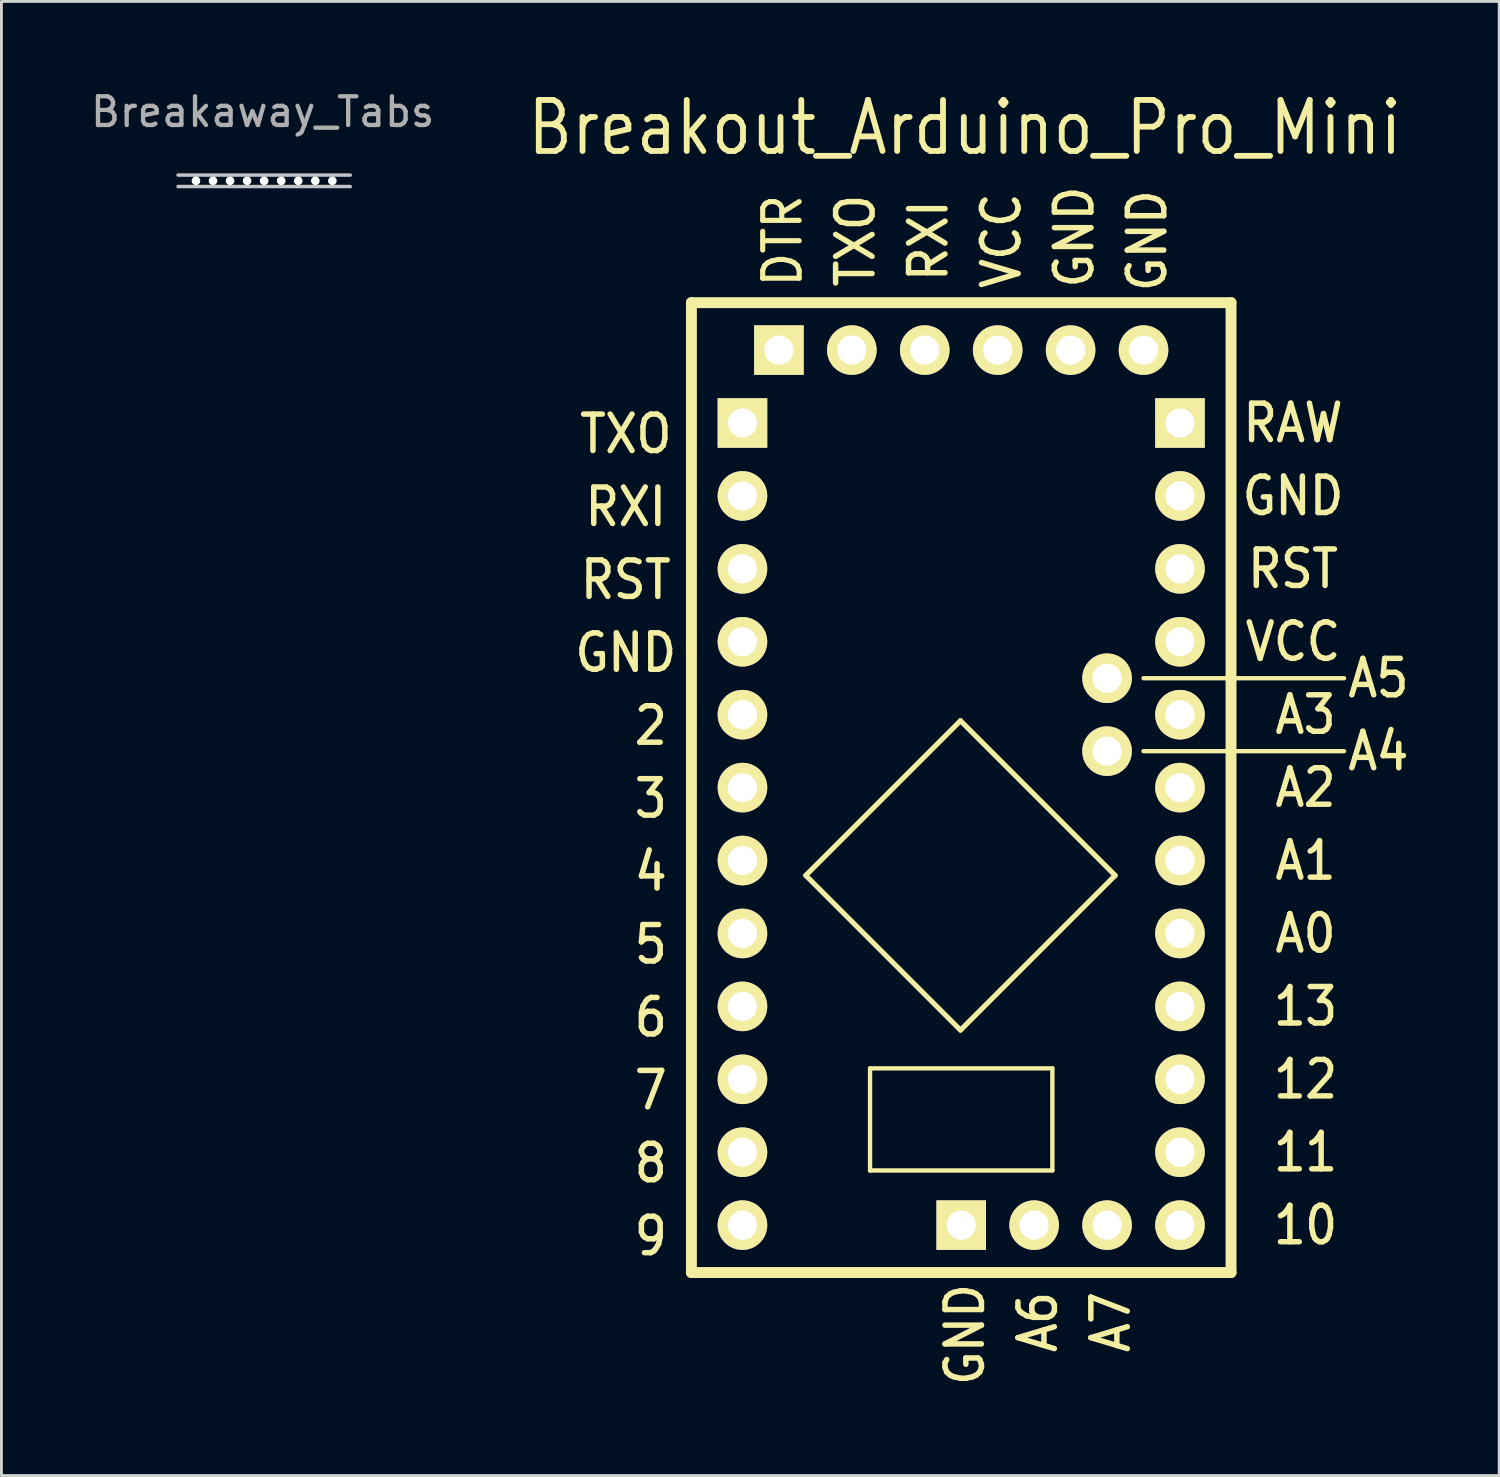
<source format=kicad_pcb>
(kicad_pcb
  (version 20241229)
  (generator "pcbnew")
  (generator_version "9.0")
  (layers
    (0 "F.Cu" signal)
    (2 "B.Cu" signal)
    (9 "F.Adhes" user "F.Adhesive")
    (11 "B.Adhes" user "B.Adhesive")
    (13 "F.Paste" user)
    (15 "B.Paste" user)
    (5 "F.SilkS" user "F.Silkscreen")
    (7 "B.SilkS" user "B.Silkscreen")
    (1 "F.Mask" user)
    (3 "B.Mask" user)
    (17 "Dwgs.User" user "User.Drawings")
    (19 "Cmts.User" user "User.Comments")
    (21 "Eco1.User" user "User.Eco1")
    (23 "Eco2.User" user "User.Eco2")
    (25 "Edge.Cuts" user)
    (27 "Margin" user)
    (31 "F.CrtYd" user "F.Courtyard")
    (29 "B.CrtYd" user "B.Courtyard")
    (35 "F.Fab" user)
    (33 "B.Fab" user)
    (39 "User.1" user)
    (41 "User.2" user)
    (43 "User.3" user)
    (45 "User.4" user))
  (footprint "Breakaway_Tabs"
    (layer "F.Cu")
    (at 6.151 3.248)
    (property "Reference" "Breakaway_Tabs" (at -0.05 -2.4 0) (layer "F.Fab") (effects (font (size 1 1) (thickness 0.15))))
    (attr through_hole)
    (fp_line (start -3 -0.2) (end 3 -0.2) (stroke (width 0.12) (type solid)) (layer "Dwgs.User"))
    (fp_line (start -3 0.2) (end 3 0.2) (stroke (width 0.12) (type solid)) (layer "Dwgs.User"))
    (pad "" np_thru_hole circle (at -2.375 0) (size 0.3 0.3) (drill 0.3) (layers "*.Cu" "*.Mask"))
    (pad "" np_thru_hole circle (at -1.781 0) (size 0.3 0.3) (drill 0.3) (layers "*.Cu" "*.Mask"))
    (pad "" np_thru_hole circle (at -1.188 0) (size 0.3 0.3) (drill 0.3) (layers "*.Cu" "*.Mask"))
    (pad "" np_thru_hole circle (at -0.594 0) (size 0.3 0.3) (drill 0.3) (layers "*.Cu" "*.Mask"))
    (pad "" np_thru_hole circle (at 0 0) (size 0.3 0.3) (drill 0.3) (layers "*.Cu" "*.Mask"))
    (pad "" np_thru_hole circle (at 0.594 0) (size 0.3 0.3) (drill 0.3) (layers "*.Cu" "*.Mask"))
    (pad "" np_thru_hole circle (at 1.188 0) (size 0.3 0.3) (drill 0.3) (layers "*.Cu" "*.Mask"))
    (pad "" np_thru_hole circle (at 1.781 0) (size 0.3 0.3) (drill 0.3) (layers "*.Cu" "*.Mask"))
    (pad "" np_thru_hole circle (at 2.375 0) (size 0.3 0.3) (drill 0.3) (layers "*.Cu" "*.Mask")))
  (footprint "Breakout_Arduino_Pro_Mini"
    (layer "F.Cu")
    (at 30.431 24.384)
    (property "Reference" "Breakout_Arduino_Pro_Mini" (at 0.127 -22.987 0) (layer "F.SilkS") (effects (font (size 1.778 1.524) (thickness 0.203))))
    (attr through_hole)
    (fp_line (start -9.398 -16.891) (end 9.398 -16.891) (stroke (width 0.381) (type solid)) (layer "F.SilkS"))
    (fp_line (start -9.398 16.891) (end -9.398 -16.891) (stroke (width 0.381) (type solid)) (layer "F.SilkS"))
    (fp_line (start -5.414 3.059) (end -0.026 -2.329) (stroke (width 0.178) (type solid)) (layer "F.SilkS"))
    (fp_line (start -5.414 3.059) (end -0.026 8.447) (stroke (width 0.178) (type solid)) (layer "F.SilkS"))
    (fp_line (start -3.175 9.779) (end -3.175 13.335) (stroke (width 0.152) (type solid)) (layer "F.SilkS"))
    (fp_line (start -3.175 13.335) (end 3.175 13.335) (stroke (width 0.152) (type solid)) (layer "F.SilkS"))
    (fp_line (start -0.026 -2.329) (end 5.362 3.059) (stroke (width 0.178) (type solid)) (layer "F.SilkS"))
    (fp_line (start -0.026 8.447) (end 5.362 3.059) (stroke (width 0.178) (type solid)) (layer "F.SilkS"))
    (fp_line (start 3.175 9.779) (end -3.175 9.779) (stroke (width 0.152) (type solid)) (layer "F.SilkS"))
    (fp_line (start 3.175 9.779) (end 3.175 13.335) (stroke (width 0.152) (type solid)) (layer "F.SilkS"))
    (fp_line (start 6.35 -3.81) (end 13.335 -3.81) (stroke (width 0.152) (type solid)) (layer "F.SilkS"))
    (fp_line (start 6.35 -1.27) (end 13.335 -1.27) (stroke (width 0.152) (type solid)) (layer "F.SilkS"))
    (fp_line (start 9.398 -16.891) (end 9.398 16.891) (stroke (width 0.381) (type solid)) (layer "F.SilkS"))
    (fp_line (start 9.398 16.891) (end -9.398 16.891) (stroke (width 0.381) (type solid)) (layer "F.SilkS"))
    (fp_text user " A5" (at 14.097 -3.81 0) (layer "F.SilkS") (effects (font (size 1.27 1.143) (thickness 0.191))))
    (fp_text user "  9" (at -11.684 15.621 0) (layer "F.SilkS") (effects (font (size 1.27 1.143) (thickness 0.191))))
    (fp_text user " 10" (at 11.557 15.24 0) (layer "F.SilkS") (effects (font (size 1.27 1.143) (thickness 0.191))))
    (fp_text user "  6" (at -11.684 8.001 0) (layer "F.SilkS") (effects (font (size 1.27 1.143) (thickness 0.191))))
    (fp_text user " A3" (at 11.557 -2.54 0) (layer "F.SilkS") (effects (font (size 1.27 1.143) (thickness 0.191))))
    (fp_text user "GND" (at 3.937 -19.177 90) (layer "F.SilkS") (effects (font (size 1.27 1.143) (thickness 0.191))))
    (fp_text user " 12" (at 11.557 10.16 0) (layer "F.SilkS") (effects (font (size 1.27 1.143) (thickness 0.191))))
    (fp_text user " A2" (at 11.557 0 0) (layer "F.SilkS") (effects (font (size 1.27 1.143) (thickness 0.191))))
    (fp_text user " A7" (at 5.207 19.05 90) (layer "F.SilkS") (effects (font (size 1.27 1.143) (thickness 0.191))))
    (fp_text user "VCC" (at 1.397 -19.05 90) (layer "F.SilkS") (effects (font (size 1.27 1.143) (thickness 0.191))))
    (fp_text user "  3" (at -11.684 0.381 0) (layer "F.SilkS") (effects (font (size 1.27 1.143) (thickness 0.191))))
    (fp_text user "  4" (at -11.684 2.921 0) (layer "F.SilkS") (effects (font (size 1.27 1.143) (thickness 0.191))))
    (fp_text user "GND" (at -11.684 -4.699 0) (layer "F.SilkS") (effects (font (size 1.27 1.143) (thickness 0.191))))
    (fp_text user "RST" (at -11.684 -7.239 0) (layer "F.SilkS") (effects (font (size 1.27 1.143) (thickness 0.191))))
    (fp_text user "GND" (at 0.127 19.05 90) (layer "F.SilkS") (effects (font (size 1.27 1.143) (thickness 0.191))))
    (fp_text user " 11" (at 11.557 12.7 0) (layer "F.SilkS") (effects (font (size 1.27 1.143) (thickness 0.191))))
    (fp_text user "  8" (at -11.684 13.081 0) (layer "F.SilkS") (effects (font (size 1.27 1.143) (thickness 0.191))))
    (fp_text user " A6" (at 2.667 19.05 90) (layer "F.SilkS") (effects (font (size 1.27 1.143) (thickness 0.191))))
    (fp_text user "GND" (at 6.477 -19.05 90) (layer "F.SilkS") (effects (font (size 1.27 1.143) (thickness 0.191))))
    (fp_text user "GND" (at 11.557 -10.16 0) (layer "F.SilkS") (effects (font (size 1.27 1.143) (thickness 0.191))))
    (fp_text user "TXO" (at -3.683 -19.05 90) (layer "F.SilkS") (effects (font (size 1.27 1.143) (thickness 0.191))))
    (fp_text user "DTR" (at -6.223 -19.05 90) (layer "F.SilkS") (effects (font (size 1.27 1.143) (thickness 0.178))))
    (fp_text user "RAW" (at 11.557 -12.7 0) (layer "F.SilkS") (effects (font (size 1.27 1.143) (thickness 0.191))))
    (fp_text user "TXO" (at -11.684 -12.319 0) (layer "F.SilkS") (effects (font (size 1.27 1.143) (thickness 0.191))))
    (fp_text user " A0" (at 11.557 5.08 0) (layer "F.SilkS") (effects (font (size 1.27 1.143) (thickness 0.191))))
    (fp_text user "  2" (at -11.684 -2.159 0) (layer "F.SilkS") (effects (font (size 1.27 1.143) (thickness 0.191))))
    (fp_text user "RST" (at 11.557 -7.62 0) (layer "F.SilkS") (effects (font (size 1.27 1.143) (thickness 0.191))))
    (fp_text user "  5" (at -11.684 5.461 0) (layer "F.SilkS") (effects (font (size 1.27 1.143) (thickness 0.191))))
    (fp_text user "VCC" (at 11.557 -5.08 0) (layer "F.SilkS") (effects (font (size 1.27 1.143) (thickness 0.191))))
    (fp_text user "RXI" (at -1.143 -19.05 90) (layer "F.SilkS") (effects (font (size 1.27 1.143) (thickness 0.191))))
    (fp_text user " A1" (at 11.557 2.54 0) (layer "F.SilkS") (effects (font (size 1.27 1.143) (thickness 0.191))))
    (fp_text user " A4" (at 14.097 -1.27 0) (layer "F.SilkS") (effects (font (size 1.27 1.143) (thickness 0.191))))
    (fp_text user "RXI" (at -11.684 -9.779 0) (layer "F.SilkS") (effects (font (size 1.27 1.143) (thickness 0.191))))
    (fp_text user " 13" (at 11.557 7.62 0) (layer "F.SilkS") (effects (font (size 1.27 1.143) (thickness 0.191))))
    (fp_text user "  7" (at -11.684 10.541 0) (layer "F.SilkS") (effects (font (size 1.27 1.143) (thickness 0.191))))
    (pad "1" thru_hole rect (at -6.35 -15.24) (size 1.727 1.727) (drill 1.016) (layers "*.Cu" "*.Mask" "F.SilkS"))
    (pad "2" thru_hole circle (at -3.81 -15.24) (size 1.727 1.727) (drill 1.016) (layers "*.Cu" "*.Mask" "F.SilkS"))
    (pad "3" thru_hole circle (at -1.27 -15.24) (size 1.727 1.727) (drill 1.016) (layers "*.Cu" "*.Mask" "F.SilkS"))
    (pad "4" thru_hole circle (at 1.27 -15.24) (size 1.727 1.727) (drill 1.016) (layers "*.Cu" "*.Mask" "F.SilkS"))
    (pad "5" thru_hole circle (at 3.81 -15.24) (size 1.727 1.727) (drill 1.016) (layers "*.Cu" "*.Mask" "F.SilkS"))
    (pad "6" thru_hole circle (at 6.35 -15.24) (size 1.727 1.727) (drill 1.016) (layers "*.Cu" "*.Mask" "F.SilkS"))
    (pad "7" thru_hole rect (at -7.62 -12.7) (size 1.727 1.727) (drill 1.016) (layers "*.Cu" "*.Mask" "F.SilkS"))
    (pad "8" thru_hole circle (at -7.62 -10.16) (size 1.727 1.727) (drill 1.016) (layers "*.Cu" "*.Mask" "F.SilkS"))
    (pad "9" thru_hole circle (at -7.62 -7.62) (size 1.727 1.727) (drill 1.016) (layers "*.Cu" "*.Mask" "F.SilkS"))
    (pad "10" thru_hole circle (at -7.62 -5.08) (size 1.727 1.727) (drill 1.016) (layers "*.Cu" "*.Mask" "F.SilkS"))
    (pad "11" thru_hole circle (at -7.62 -2.54) (size 1.727 1.727) (drill 1.016) (layers "*.Cu" "*.Mask" "F.SilkS"))
    (pad "12" thru_hole circle (at -7.62 0) (size 1.727 1.727) (drill 1.016) (layers "*.Cu" "*.Mask" "F.SilkS"))
    (pad "13" thru_hole circle (at -7.62 2.54) (size 1.727 1.727) (drill 1.016) (layers "*.Cu" "*.Mask" "F.SilkS"))
    (pad "14" thru_hole circle (at -7.62 5.08) (size 1.727 1.727) (drill 1.016) (layers "*.Cu" "*.Mask" "F.SilkS"))
    (pad "15" thru_hole circle (at -7.62 7.62) (size 1.727 1.727) (drill 1.016) (layers "*.Cu" "*.Mask" "F.SilkS"))
    (pad "16" thru_hole circle (at -7.62 10.16) (size 1.727 1.727) (drill 1.016) (layers "*.Cu" "*.Mask" "F.SilkS"))
    (pad "17" thru_hole circle (at -7.62 12.7) (size 1.727 1.727) (drill 1.016) (layers "*.Cu" "*.Mask" "F.SilkS"))
    (pad "18" thru_hole circle (at -7.62 15.24) (size 1.727 1.727) (drill 1.016) (layers "*.Cu" "*.Mask" "F.SilkS"))
    (pad "19" thru_hole rect (at 7.62 -12.7) (size 1.727 1.727) (drill 1.016) (layers "*.Cu" "*.Mask" "F.SilkS"))
    (pad "20" thru_hole circle (at 7.62 -10.16) (size 1.727 1.727) (drill 1.016) (layers "*.Cu" "*.Mask" "F.SilkS"))
    (pad "21" thru_hole circle (at 7.62 -7.62) (size 1.727 1.727) (drill 1.016) (layers "*.Cu" "*.Mask" "F.SilkS"))
    (pad "22" thru_hole circle (at 7.62 -5.08) (size 1.727 1.727) (drill 1.016) (layers "*.Cu" "*.Mask" "F.SilkS"))
    (pad "23" thru_hole circle (at 7.62 -2.54) (size 1.727 1.727) (drill 1.016) (layers "*.Cu" "*.Mask" "F.SilkS"))
    (pad "24" thru_hole circle (at 7.62 0) (size 1.727 1.727) (drill 1.016) (layers "*.Cu" "*.Mask" "F.SilkS"))
    (pad "25" thru_hole circle (at 7.62 2.54) (size 1.727 1.727) (drill 1.016) (layers "*.Cu" "*.Mask" "F.SilkS"))
    (pad "26" thru_hole circle (at 7.62 5.08) (size 1.727 1.727) (drill 1.016) (layers "*.Cu" "*.Mask" "F.SilkS"))
    (pad "27" thru_hole circle (at 7.62 7.62) (size 1.727 1.727) (drill 1.016) (layers "*.Cu" "*.Mask" "F.SilkS"))
    (pad "28" thru_hole circle (at 7.62 10.16) (size 1.727 1.727) (drill 1.016) (layers "*.Cu" "*.Mask" "F.SilkS"))
    (pad "29" thru_hole circle (at 7.62 12.7) (size 1.727 1.727) (drill 1.016) (layers "*.Cu" "*.Mask" "F.SilkS"))
    (pad "30" thru_hole circle (at 7.62 15.24) (size 1.727 1.727) (drill 1.016) (layers "*.Cu" "*.Mask" "F.SilkS"))
    (pad "31" thru_hole circle (at 5.08 -3.81) (size 1.727 1.727) (drill 1.016) (layers "*.Cu" "*.Mask" "F.SilkS"))
    (pad "32" thru_hole circle (at 5.08 -1.27) (size 1.727 1.727) (drill 1.016) (layers "*.Cu" "*.Mask" "F.SilkS"))
    (pad "33" thru_hole circle (at 5.08 15.24) (size 1.727 1.727) (drill 1.016) (layers "*.Cu" "*.Mask" "F.SilkS"))
    (pad "34" thru_hole circle (at 2.54 15.24) (size 1.727 1.727) (drill 1.016) (layers "*.Cu" "*.Mask" "F.SilkS"))
    (pad "35" thru_hole rect (at 0 15.24) (size 1.727 1.727) (drill 1.016) (layers "*.Cu" "*.Mask" "F.SilkS")))
  (gr_rect
    (start -3 -3)
    (end 49.17 48.347)
    (stroke (width 0.1) (type default))
    (fill no)
    (layer "Edge.Cuts")))
</source>
